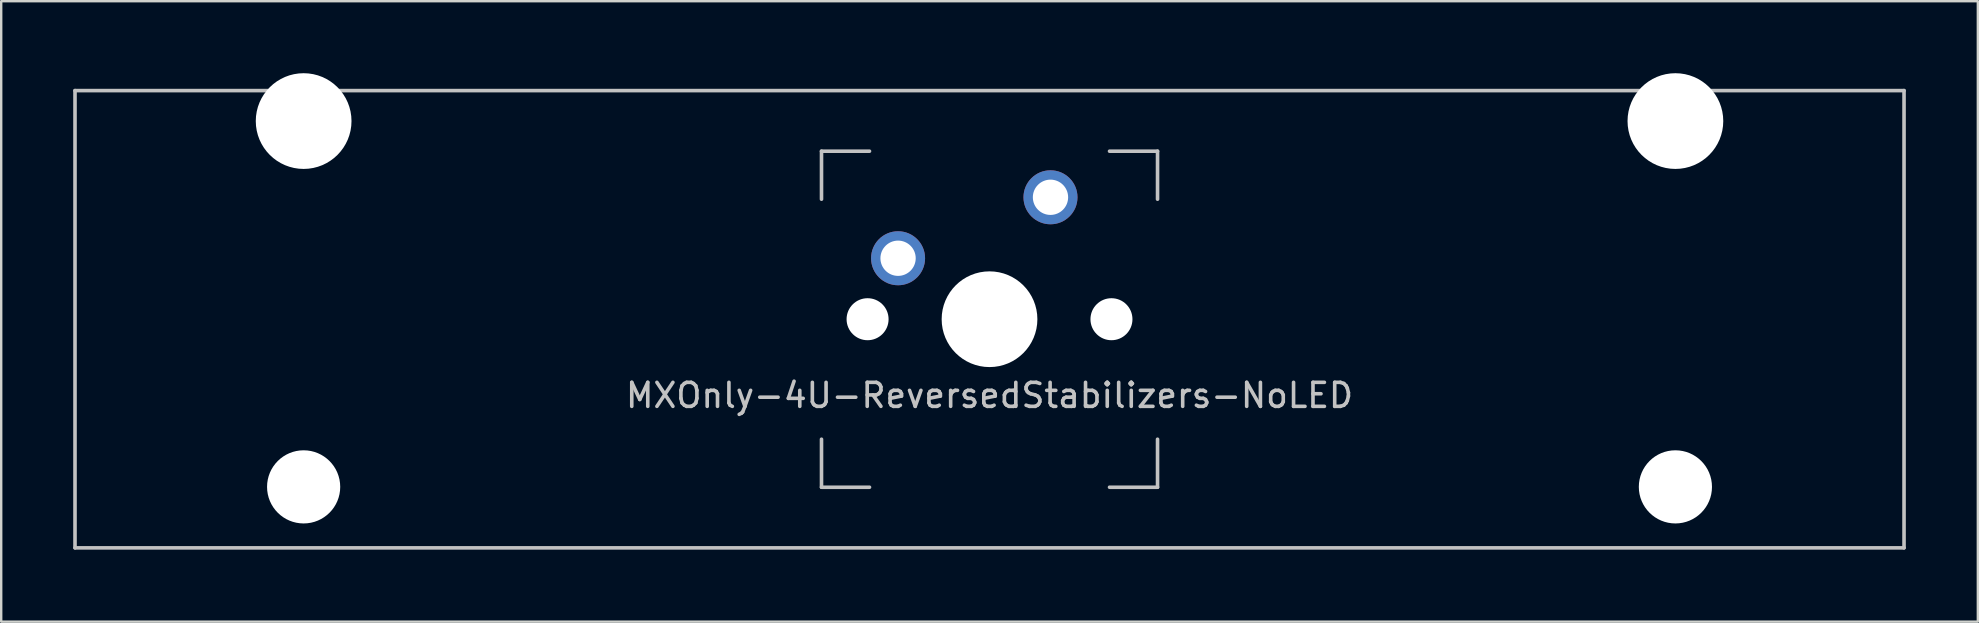
<source format=kicad_pcb>
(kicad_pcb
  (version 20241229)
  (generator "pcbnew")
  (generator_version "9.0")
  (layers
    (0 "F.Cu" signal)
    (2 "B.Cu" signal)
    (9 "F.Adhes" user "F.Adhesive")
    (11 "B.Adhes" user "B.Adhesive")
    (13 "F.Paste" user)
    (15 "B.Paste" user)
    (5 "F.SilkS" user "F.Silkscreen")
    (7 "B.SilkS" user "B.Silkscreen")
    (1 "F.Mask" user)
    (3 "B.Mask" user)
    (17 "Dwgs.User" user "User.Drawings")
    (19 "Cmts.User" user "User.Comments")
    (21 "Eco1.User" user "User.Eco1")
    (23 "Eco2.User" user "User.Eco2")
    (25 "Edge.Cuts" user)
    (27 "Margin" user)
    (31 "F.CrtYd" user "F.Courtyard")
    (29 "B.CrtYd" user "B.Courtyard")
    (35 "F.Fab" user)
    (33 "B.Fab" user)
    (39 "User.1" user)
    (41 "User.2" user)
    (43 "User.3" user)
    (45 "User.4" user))
  (footprint "MXOnly-4U-ReversedStabilizers-NoLED"
    (layer "F.Cu")
    (at 38.175 10.249)
    (property "Reference" "MXOnly-4U-ReversedStabilizers-NoLED" (at 0 3.175 0) (layer "Dwgs.User") (effects (font (size 1 1) (thickness 0.15))))
    (attr through_hole)
    (fp_line (start -38.1 -9.525) (end 38.1 -9.525) (stroke (width 0.15) (type solid)) (layer "Dwgs.User"))
    (fp_line (start -38.1 9.525) (end -38.1 -9.525) (stroke (width 0.15) (type solid)) (layer "Dwgs.User"))
    (fp_line (start -38.1 9.525) (end 38.1 9.525) (stroke (width 0.15) (type solid)) (layer "Dwgs.User"))
    (fp_line (start -7 -7) (end -7 -5) (stroke (width 0.15) (type solid)) (layer "Dwgs.User"))
    (fp_line (start -7 5) (end -7 7) (stroke (width 0.15) (type solid)) (layer "Dwgs.User"))
    (fp_line (start -7 7) (end -5 7) (stroke (width 0.15) (type solid)) (layer "Dwgs.User"))
    (fp_line (start -5 -7) (end -7 -7) (stroke (width 0.15) (type solid)) (layer "Dwgs.User"))
    (fp_line (start 5 -7) (end 7 -7) (stroke (width 0.15) (type solid)) (layer "Dwgs.User"))
    (fp_line (start 5 7) (end 7 7) (stroke (width 0.15) (type solid)) (layer "Dwgs.User"))
    (fp_line (start 7 -7) (end 7 -5) (stroke (width 0.15) (type solid)) (layer "Dwgs.User"))
    (fp_line (start 7 7) (end 7 5) (stroke (width 0.15) (type solid)) (layer "Dwgs.User"))
    (fp_line (start 38.1 -9.525) (end 38.1 9.525) (stroke (width 0.15) (type solid)) (layer "Dwgs.User"))
    (pad "" np_thru_hole circle (at -28.575 -8.255) (size 3.988 3.988) (drill 3.988) (layers "*.Cu" "*.Mask"))
    (pad "" np_thru_hole circle (at -28.575 6.985) (size 3.048 3.048) (drill 3.048) (layers "*.Cu" "*.Mask"))
    (pad "" np_thru_hole circle (at -5.08 0 48.1) (size 1.75 1.75) (drill 1.75) (layers "*.Cu" "*.Mask"))
    (pad "" np_thru_hole circle (at 0 0) (size 3.988 3.988) (drill 3.988) (layers "*.Cu" "*.Mask"))
    (pad "" np_thru_hole circle (at 5.08 0 48.1) (size 1.75 1.75) (drill 1.75) (layers "*.Cu" "*.Mask"))
    (pad "" np_thru_hole circle (at 28.575 -8.255) (size 3.988 3.988) (drill 3.988) (layers "*.Cu" "*.Mask"))
    (pad "" np_thru_hole circle (at 28.575 6.985) (size 3.048 3.048) (drill 3.048) (layers "*.Cu" "*.Mask"))
    (pad "1" thru_hole circle (at -3.81 -2.54 48.1) (size 2.25 2.25) (drill 1.47) (layers "*.Cu" "B.Mask"))
    (pad "2" thru_hole circle (at 2.54 -5.08) (size 2.25 2.25) (drill 1.47) (layers "*.Cu" "B.Mask")))
  (gr_rect
    (start -3 -3)
    (end 79.35 22.849)
    (stroke (width 0.1) (type default))
    (fill no)
    (layer "Edge.Cuts")))
</source>
